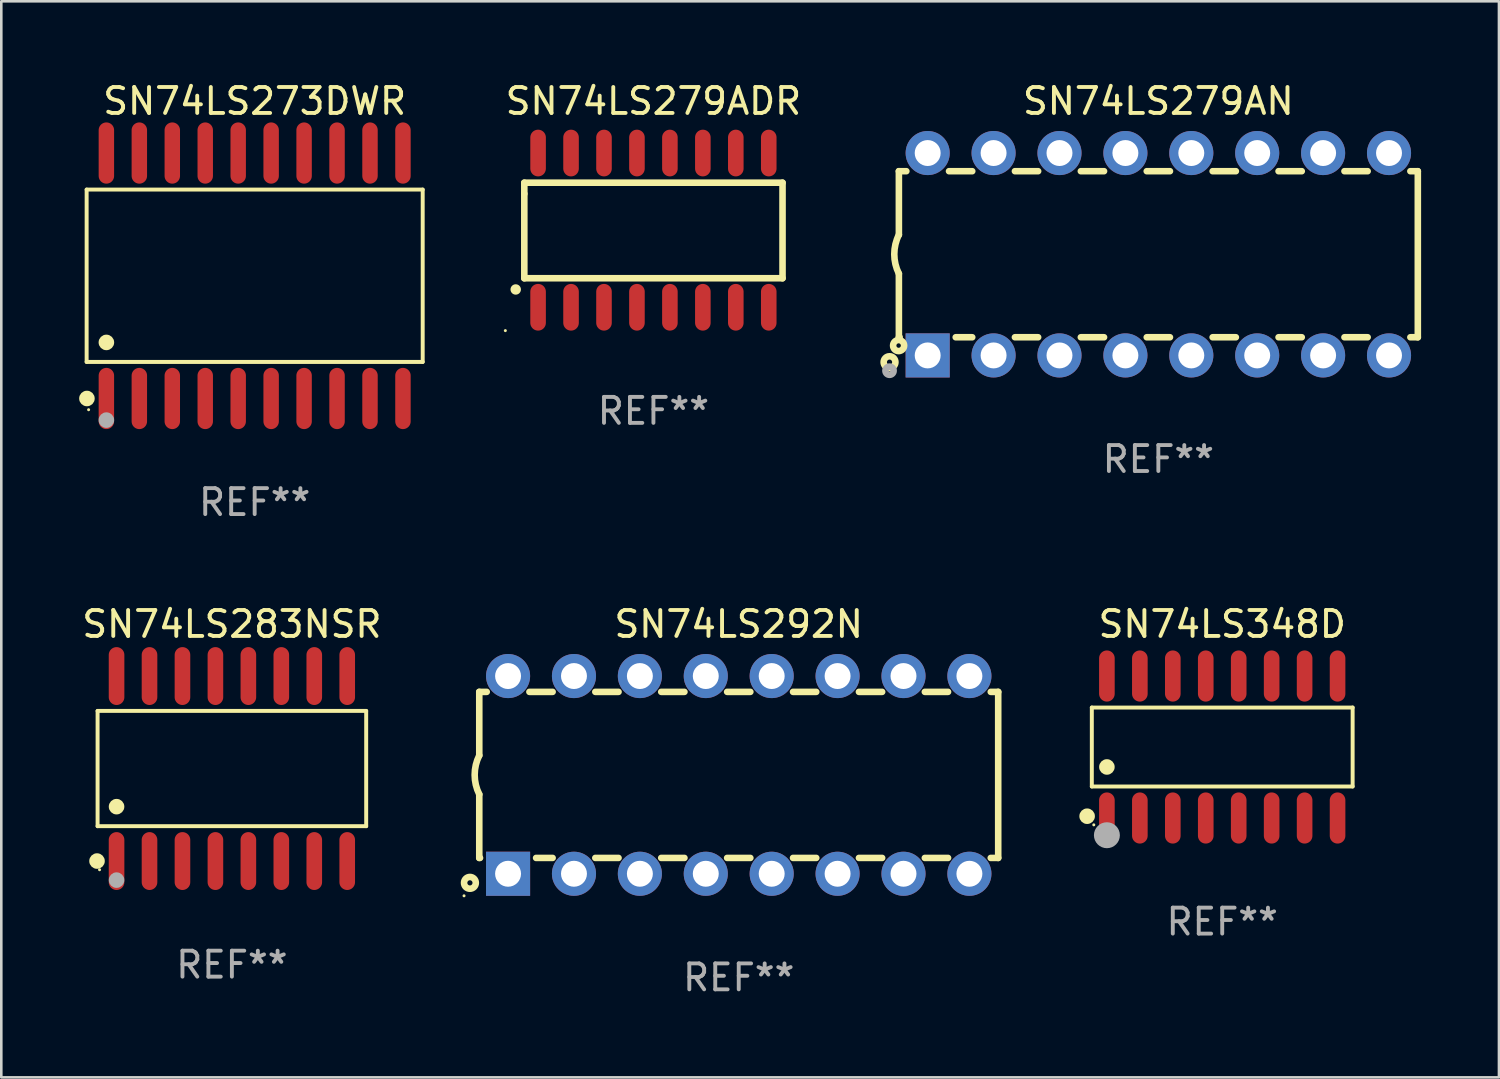
<source format=kicad_pcb>
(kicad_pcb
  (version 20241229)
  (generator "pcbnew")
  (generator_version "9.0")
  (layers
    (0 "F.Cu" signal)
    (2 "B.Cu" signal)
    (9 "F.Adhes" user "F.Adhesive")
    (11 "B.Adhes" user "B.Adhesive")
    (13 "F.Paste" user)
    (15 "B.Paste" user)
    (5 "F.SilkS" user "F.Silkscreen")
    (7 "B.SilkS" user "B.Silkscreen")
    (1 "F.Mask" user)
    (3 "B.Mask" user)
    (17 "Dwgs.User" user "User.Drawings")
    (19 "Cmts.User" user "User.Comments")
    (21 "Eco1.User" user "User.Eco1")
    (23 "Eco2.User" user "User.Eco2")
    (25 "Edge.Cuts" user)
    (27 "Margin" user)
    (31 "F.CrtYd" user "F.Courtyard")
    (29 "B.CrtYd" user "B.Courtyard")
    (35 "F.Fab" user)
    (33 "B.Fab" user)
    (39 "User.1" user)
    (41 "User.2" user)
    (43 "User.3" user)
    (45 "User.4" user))
  (footprint "SN74LS279ADR"
    (layer "F.Cu")
    (at 22.133 5.82)
    (property "Reference" "SN74LS279ADR" (at 0 -4.972 0) (layer "F.SilkS") (effects (font (size 1 1) (thickness 0.15))))
    (attr through_hole)
    (fp_line (start -4.976 -1.829) (end -4.976 -1.4) (stroke (width 0.254) (type solid)) (layer "F.SilkS"))
    (fp_line (start -4.976 -1.4) (end -4.976 1.854) (stroke (width 0.254) (type solid)) (layer "F.SilkS"))
    (fp_line (start -4.976 1.854) (end 4.976 1.854) (stroke (width 0.254) (type solid)) (layer "F.SilkS"))
    (fp_line (start 4.976 -1.829) (end -4.976 -1.829) (stroke (width 0.254) (type solid)) (layer "F.SilkS"))
    (fp_line (start 4.976 1.854) (end 4.976 -1.829) (stroke (width 0.254) (type solid)) (layer "F.SilkS"))
    (fp_arc (start -5.308611 2.286005) (mid -5.307341 2.286001) (end -5.306071 2.286005) (stroke (width 0.4) (type solid)) (layer "F.SilkS"))
    (fp_circle (center -5.707 3.872) (end -5.677 3.872) (stroke (width 0.06) (type solid)) (fill no) (layer "F.SilkS"))
    (fp_text user "REF**" (at 0 6.972 0) (layer "F.Fab") (effects (font (size 1 1) (thickness 0.15))))
    (pad "1" smd oval (at -4.445 2.972 180) (size 0.6 1.8) (layers "F.Cu" "F.Mask" "F.Paste"))
    (pad "2" smd oval (at -3.175 2.972 180) (size 0.6 1.8) (layers "F.Cu" "F.Mask" "F.Paste"))
    (pad "3" smd oval (at -1.905 2.972 180) (size 0.6 1.8) (layers "F.Cu" "F.Mask" "F.Paste"))
    (pad "4" smd oval (at -0.635 2.972 180) (size 0.6 1.8) (layers "F.Cu" "F.Mask" "F.Paste"))
    (pad "5" smd oval (at 0.635 2.972 180) (size 0.6 1.8) (layers "F.Cu" "F.Mask" "F.Paste"))
    (pad "6" smd oval (at 1.905 2.972 180) (size 0.6 1.8) (layers "F.Cu" "F.Mask" "F.Paste"))
    (pad "7" smd oval (at 3.175 2.972 180) (size 0.6 1.8) (layers "F.Cu" "F.Mask" "F.Paste"))
    (pad "8" smd oval (at 4.445 2.972 180) (size 0.6 1.8) (layers "F.Cu" "F.Mask" "F.Paste"))
    (pad "9" smd oval (at 4.445 -2.972 180) (size 0.6 1.8) (layers "F.Cu" "F.Mask" "F.Paste"))
    (pad "10" smd oval (at 3.175 -2.972 180) (size 0.6 1.8) (layers "F.Cu" "F.Mask" "F.Paste"))
    (pad "11" smd oval (at 1.905 -2.972 180) (size 0.6 1.8) (layers "F.Cu" "F.Mask" "F.Paste"))
    (pad "12" smd oval (at 0.635 -2.972 180) (size 0.6 1.8) (layers "F.Cu" "F.Mask" "F.Paste"))
    (pad "13" smd oval (at -0.635 -2.972 180) (size 0.6 1.8) (layers "F.Cu" "F.Mask" "F.Paste"))
    (pad "14" smd oval (at -1.905 -2.972 180) (size 0.6 1.8) (layers "F.Cu" "F.Mask" "F.Paste"))
    (pad "15" smd oval (at -3.175 -2.972 180) (size 0.6 1.8) (layers "F.Cu" "F.Mask" "F.Paste"))
    (pad "16" smd oval (at -4.445 -2.972 180) (size 0.6 1.8) (layers "F.Cu" "F.Mask" "F.Paste")))
  (footprint "SN74LS292N"
    (layer "F.Cu")
    (at 25.421 26.815)
    (property "Reference" "SN74LS292N" (at 0 -5.81 0) (layer "F.SilkS") (effects (font (size 1 1) (thickness 0.15))))
    (attr through_hole)
    (fp_line (start -10 -3.2) (end -10 -0.75) (stroke (width 0.254) (type solid)) (layer "F.SilkS"))
    (fp_line (start -10 -3.2) (end -9.713 -3.2) (stroke (width 0.254) (type solid)) (layer "F.SilkS"))
    (fp_line (start -10 3.2) (end -10 0.75) (stroke (width 0.254) (type solid)) (layer "F.SilkS"))
    (fp_line (start -10 3.2) (end -9.971 3.2) (stroke (width 0.254) (type solid)) (layer "F.SilkS"))
    (fp_line (start -8.067 -3.2) (end -7.173 -3.2) (stroke (width 0.254) (type solid)) (layer "F.SilkS"))
    (fp_line (start -7.809 3.2) (end -7.173 3.2) (stroke (width 0.254) (type solid)) (layer "F.SilkS"))
    (fp_line (start -5.527 3.2) (end -4.633 3.2) (stroke (width 0.254) (type solid)) (layer "F.SilkS"))
    (fp_line (start -5.527 -3.2) (end -4.633 -3.2) (stroke (width 0.254) (type solid)) (layer "F.SilkS"))
    (fp_line (start -2.987 3.2) (end -2.093 3.2) (stroke (width 0.254) (type solid)) (layer "F.SilkS"))
    (fp_line (start -2.987 -3.2) (end -2.093 -3.2) (stroke (width 0.254) (type solid)) (layer "F.SilkS"))
    (fp_line (start -0.447 3.2) (end 0.447 3.2) (stroke (width 0.254) (type solid)) (layer "F.SilkS"))
    (fp_line (start -0.447 -3.2) (end 0.447 -3.2) (stroke (width 0.254) (type solid)) (layer "F.SilkS"))
    (fp_line (start 2.093 3.2) (end 2.987 3.2) (stroke (width 0.254) (type solid)) (layer "F.SilkS"))
    (fp_line (start 2.093 -3.2) (end 2.987 -3.2) (stroke (width 0.254) (type solid)) (layer "F.SilkS"))
    (fp_line (start 4.633 3.2) (end 5.527 3.2) (stroke (width 0.254) (type solid)) (layer "F.SilkS"))
    (fp_line (start 4.633 -3.2) (end 5.527 -3.2) (stroke (width 0.254) (type solid)) (layer "F.SilkS"))
    (fp_line (start 7.173 3.2) (end 8.067 3.2) (stroke (width 0.254) (type solid)) (layer "F.SilkS"))
    (fp_line (start 7.173 -3.2) (end 8.067 -3.2) (stroke (width 0.254) (type solid)) (layer "F.SilkS"))
    (fp_line (start 9.713 3.2) (end 10 3.2) (stroke (width 0.254) (type solid)) (layer "F.SilkS"))
    (fp_line (start 9.713 -3.2) (end 10 -3.2) (stroke (width 0.254) (type solid)) (layer "F.SilkS"))
    (fp_line (start 10 -3.2) (end 10 3.2) (stroke (width 0.254) (type solid)) (layer "F.SilkS"))
    (fp_arc (start -10 0.748793) (mid -10.176918 -0.000607) (end -10.000025 -0.750013) (stroke (width 0.254001) (type solid)) (layer "F.SilkS"))
    (fp_circle (center -10.587 4.66) (end -10.557 4.66) (stroke (width 0.06) (type solid)) (fill no) (layer "F.SilkS"))
    (fp_circle (center -10.36 4.16) (end -10.26 4.16) (stroke (width 0.254) (type solid)) (fill no) (layer "F.SilkS"))
    (fp_text user "REF**" (at 0 7.81 0) (layer "F.Fab") (effects (font (size 1 1) (thickness 0.15))))
    (pad "1" thru_hole rect (at -8.89 3.81 90) (size 1.7 1.7) (drill 1) (layers "*.Cu" "*.Mask"))
    (pad "2" thru_hole circle (at -6.35 3.81) (size 1.7 1.7) (drill 1) (layers "*.Cu" "*.Mask"))
    (pad "3" thru_hole circle (at -3.81 3.81) (size 1.7 1.7) (drill 1) (layers "*.Cu" "*.Mask"))
    (pad "4" thru_hole circle (at -1.27 3.81) (size 1.7 1.7) (drill 1) (layers "*.Cu" "*.Mask"))
    (pad "5" thru_hole circle (at 1.27 3.81) (size 1.7 1.7) (drill 1) (layers "*.Cu" "*.Mask"))
    (pad "6" thru_hole circle (at 3.81 3.81) (size 1.7 1.7) (drill 1) (layers "*.Cu" "*.Mask"))
    (pad "7" thru_hole circle (at 6.35 3.81) (size 1.7 1.7) (drill 1) (layers "*.Cu" "*.Mask"))
    (pad "8" thru_hole circle (at 8.89 3.81) (size 1.7 1.7) (drill 1) (layers "*.Cu" "*.Mask"))
    (pad "9" thru_hole circle (at 8.89 -3.81) (size 1.7 1.7) (drill 1) (layers "*.Cu" "*.Mask"))
    (pad "10" thru_hole circle (at 6.35 -3.81) (size 1.7 1.7) (drill 1) (layers "*.Cu" "*.Mask"))
    (pad "11" thru_hole circle (at 3.81 -3.81) (size 1.7 1.7) (drill 1) (layers "*.Cu" "*.Mask"))
    (pad "12" thru_hole circle (at 1.27 -3.81) (size 1.7 1.7) (drill 1) (layers "*.Cu" "*.Mask"))
    (pad "13" thru_hole circle (at -1.27 -3.81) (size 1.7 1.7) (drill 1) (layers "*.Cu" "*.Mask"))
    (pad "14" thru_hole circle (at -3.81 -3.81) (size 1.7 1.7) (drill 1) (layers "*.Cu" "*.Mask"))
    (pad "15" thru_hole circle (at -6.35 -3.81) (size 1.7 1.7) (drill 1) (layers "*.Cu" "*.Mask"))
    (pad "16" thru_hole circle (at -8.89 -3.81) (size 1.7 1.7) (drill 1) (layers "*.Cu" "*.Mask")))
  (footprint "SN74LS283NSR"
    (layer "F.Cu")
    (at 5.887 26.57)
    (property "Reference" "SN74LS283NSR" (at 0 -5.565 0) (layer "F.SilkS") (effects (font (size 1 1) (thickness 0.15))))
    (attr through_hole)
    (fp_line (start -5.176 -2.221) (end 5.176 -2.221) (stroke (width 0.152) (type solid)) (layer "F.SilkS"))
    (fp_line (start -5.176 2.221) (end -5.176 -2.221) (stroke (width 0.152) (type solid)) (layer "F.SilkS"))
    (fp_line (start 5.176 -2.221) (end 5.176 2.221) (stroke (width 0.152) (type solid)) (layer "F.SilkS"))
    (fp_line (start 5.176 2.221) (end -5.176 2.221) (stroke (width 0.152) (type solid)) (layer "F.SilkS"))
    (fp_circle (center -5.198 3.565) (end -5.048 3.565) (stroke (width 0.3) (type solid)) (fill no) (layer "F.SilkS"))
    (fp_circle (center -5.1 3.9) (end -5.07 3.9) (stroke (width 0.06) (type solid)) (fill no) (layer "F.SilkS"))
    (fp_circle (center -4.445 1.469) (end -4.295 1.469) (stroke (width 0.3) (type solid)) (fill no) (layer "F.SilkS"))
    (fp_circle (center -4.445 4.3) (end -4.295 4.3) (stroke (width 0.3) (type solid)) (fill no) (layer "F.Fab"))
    (fp_text user "REF**" (at 0 7.565 0) (layer "F.Fab") (effects (font (size 1 1) (thickness 0.15))))
    (pad "1" smd oval (at -4.445 3.565) (size 0.602 2.231) (layers "F.Cu" "F.Mask" "F.Paste"))
    (pad "2" smd oval (at -3.175 3.565) (size 0.602 2.231) (layers "F.Cu" "F.Mask" "F.Paste"))
    (pad "3" smd oval (at -1.905 3.565) (size 0.602 2.231) (layers "F.Cu" "F.Mask" "F.Paste"))
    (pad "4" smd oval (at -0.635 3.565) (size 0.602 2.231) (layers "F.Cu" "F.Mask" "F.Paste"))
    (pad "5" smd oval (at 0.635 3.565) (size 0.602 2.231) (layers "F.Cu" "F.Mask" "F.Paste"))
    (pad "6" smd oval (at 1.905 3.565) (size 0.602 2.231) (layers "F.Cu" "F.Mask" "F.Paste"))
    (pad "7" smd oval (at 3.175 3.565) (size 0.602 2.231) (layers "F.Cu" "F.Mask" "F.Paste"))
    (pad "8" smd oval (at 4.445 3.565) (size 0.602 2.231) (layers "F.Cu" "F.Mask" "F.Paste"))
    (pad "9" smd oval (at 4.445 -3.565) (size 0.602 2.231) (layers "F.Cu" "F.Mask" "F.Paste"))
    (pad "10" smd oval (at 3.175 -3.565) (size 0.602 2.231) (layers "F.Cu" "F.Mask" "F.Paste"))
    (pad "11" smd oval (at 1.905 -3.565) (size 0.602 2.231) (layers "F.Cu" "F.Mask" "F.Paste"))
    (pad "12" smd oval (at 0.635 -3.565) (size 0.602 2.231) (layers "F.Cu" "F.Mask" "F.Paste"))
    (pad "13" smd oval (at -0.635 -3.565) (size 0.602 2.231) (layers "F.Cu" "F.Mask" "F.Paste"))
    (pad "14" smd oval (at -1.905 -3.565) (size 0.602 2.231) (layers "F.Cu" "F.Mask" "F.Paste"))
    (pad "15" smd oval (at -3.175 -3.565) (size 0.602 2.231) (layers "F.Cu" "F.Mask" "F.Paste"))
    (pad "16" smd oval (at -4.445 -3.565) (size 0.602 2.231) (layers "F.Cu" "F.Mask" "F.Paste")))
  (footprint "SN74LS273DWR"
    (layer "F.Cu")
    (at 6.765 7.578)
    (property "Reference" "SN74LS273DWR" (at 0 -6.73 0) (layer "F.SilkS") (effects (font (size 1 1) (thickness 0.15))))
    (attr through_hole)
    (fp_line (start -6.476 -3.321) (end 6.476 -3.321) (stroke (width 0.152) (type solid)) (layer "F.SilkS"))
    (fp_line (start -6.476 3.321) (end -6.476 -3.321) (stroke (width 0.152) (type solid)) (layer "F.SilkS"))
    (fp_line (start 6.476 -3.321) (end 6.476 3.321) (stroke (width 0.152) (type solid)) (layer "F.SilkS"))
    (fp_line (start 6.476 3.321) (end -6.476 3.321) (stroke (width 0.152) (type solid)) (layer "F.SilkS"))
    (fp_circle (center -6.465 4.73) (end -6.315 4.73) (stroke (width 0.3) (type solid)) (fill no) (layer "F.SilkS"))
    (fp_circle (center -6.4 5.163) (end -6.37 5.163) (stroke (width 0.06) (type solid)) (fill no) (layer "F.SilkS"))
    (fp_circle (center -5.715 2.569) (end -5.565 2.569) (stroke (width 0.3) (type solid)) (fill no) (layer "F.SilkS"))
    (fp_circle (center -5.715 5.563) (end -5.565 5.563) (stroke (width 0.3) (type solid)) (fill no) (layer "F.Fab"))
    (fp_text user "REF**" (at 0 8.73 0) (layer "F.Fab") (effects (font (size 1 1) (thickness 0.15))))
    (pad "1" smd oval (at -5.715 4.73) (size 0.595 2.36) (layers "F.Cu" "F.Mask" "F.Paste"))
    (pad "2" smd oval (at -4.445 4.73) (size 0.595 2.36) (layers "F.Cu" "F.Mask" "F.Paste"))
    (pad "3" smd oval (at -3.175 4.73) (size 0.595 2.36) (layers "F.Cu" "F.Mask" "F.Paste"))
    (pad "4" smd oval (at -1.905 4.73) (size 0.595 2.36) (layers "F.Cu" "F.Mask" "F.Paste"))
    (pad "5" smd oval (at -0.635 4.73) (size 0.595 2.36) (layers "F.Cu" "F.Mask" "F.Paste"))
    (pad "6" smd oval (at 0.635 4.73) (size 0.595 2.36) (layers "F.Cu" "F.Mask" "F.Paste"))
    (pad "7" smd oval (at 1.905 4.73) (size 0.595 2.36) (layers "F.Cu" "F.Mask" "F.Paste"))
    (pad "8" smd oval (at 3.175 4.73) (size 0.595 2.36) (layers "F.Cu" "F.Mask" "F.Paste"))
    (pad "9" smd oval (at 4.445 4.73) (size 0.595 2.36) (layers "F.Cu" "F.Mask" "F.Paste"))
    (pad "10" smd oval (at 5.715 4.73) (size 0.595 2.36) (layers "F.Cu" "F.Mask" "F.Paste"))
    (pad "11" smd oval (at 5.715 -4.73) (size 0.595 2.36) (layers "F.Cu" "F.Mask" "F.Paste"))
    (pad "12" smd oval (at 4.445 -4.73) (size 0.595 2.36) (layers "F.Cu" "F.Mask" "F.Paste"))
    (pad "13" smd oval (at 3.175 -4.73) (size 0.595 2.36) (layers "F.Cu" "F.Mask" "F.Paste"))
    (pad "14" smd oval (at 1.905 -4.73) (size 0.595 2.36) (layers "F.Cu" "F.Mask" "F.Paste"))
    (pad "15" smd oval (at 0.635 -4.73) (size 0.595 2.36) (layers "F.Cu" "F.Mask" "F.Paste"))
    (pad "16" smd oval (at -0.635 -4.73) (size 0.595 2.36) (layers "F.Cu" "F.Mask" "F.Paste"))
    (pad "17" smd oval (at -1.905 -4.73) (size 0.595 2.36) (layers "F.Cu" "F.Mask" "F.Paste"))
    (pad "18" smd oval (at -3.175 -4.73) (size 0.595 2.36) (layers "F.Cu" "F.Mask" "F.Paste"))
    (pad "19" smd oval (at -4.445 -4.73) (size 0.595 2.36) (layers "F.Cu" "F.Mask" "F.Paste"))
    (pad "20" smd oval (at -5.715 -4.73) (size 0.595 2.36) (layers "F.Cu" "F.Mask" "F.Paste")))
  (footprint "SN74LS279AN"
    (layer "F.Cu")
    (at 41.593 6.748)
    (property "Reference" "SN74LS279AN" (at 0 -5.9 0) (layer "F.SilkS") (effects (font (size 1 1) (thickness 0.15))))
    (attr through_hole)
    (fp_line (start -10 -3.2) (end -10 -0.75) (stroke (width 0.254) (type solid)) (layer "F.SilkS"))
    (fp_line (start -10 -3.2) (end -9.713 -3.2) (stroke (width 0.254) (type solid)) (layer "F.SilkS"))
    (fp_line (start -10 3.2) (end -10 0.75) (stroke (width 0.254) (type solid)) (layer "F.SilkS"))
    (fp_line (start -10 3.2) (end -9.971 3.2) (stroke (width 0.254) (type solid)) (layer "F.SilkS"))
    (fp_line (start -8.067 -3.2) (end -7.173 -3.2) (stroke (width 0.254) (type solid)) (layer "F.SilkS"))
    (fp_line (start -7.809 3.2) (end -7.173 3.2) (stroke (width 0.254) (type solid)) (layer "F.SilkS"))
    (fp_line (start -5.527 3.2) (end -4.633 3.2) (stroke (width 0.254) (type solid)) (layer "F.SilkS"))
    (fp_line (start -5.527 -3.2) (end -4.633 -3.2) (stroke (width 0.254) (type solid)) (layer "F.SilkS"))
    (fp_line (start -2.987 3.2) (end -2.093 3.2) (stroke (width 0.254) (type solid)) (layer "F.SilkS"))
    (fp_line (start -2.987 -3.2) (end -2.093 -3.2) (stroke (width 0.254) (type solid)) (layer "F.SilkS"))
    (fp_line (start -0.447 3.2) (end 0.447 3.2) (stroke (width 0.254) (type solid)) (layer "F.SilkS"))
    (fp_line (start -0.447 -3.2) (end 0.447 -3.2) (stroke (width 0.254) (type solid)) (layer "F.SilkS"))
    (fp_line (start 2.093 3.2) (end 2.987 3.2) (stroke (width 0.254) (type solid)) (layer "F.SilkS"))
    (fp_line (start 2.093 -3.2) (end 2.987 -3.2) (stroke (width 0.254) (type solid)) (layer "F.SilkS"))
    (fp_line (start 4.633 3.2) (end 5.527 3.2) (stroke (width 0.254) (type solid)) (layer "F.SilkS"))
    (fp_line (start 4.633 -3.2) (end 5.527 -3.2) (stroke (width 0.254) (type solid)) (layer "F.SilkS"))
    (fp_line (start 7.173 3.2) (end 8.067 3.2) (stroke (width 0.254) (type solid)) (layer "F.SilkS"))
    (fp_line (start 7.173 -3.2) (end 8.067 -3.2) (stroke (width 0.254) (type solid)) (layer "F.SilkS"))
    (fp_line (start 9.713 3.2) (end 10 3.2) (stroke (width 0.254) (type solid)) (layer "F.SilkS"))
    (fp_line (start 9.713 -3.2) (end 10 -3.2) (stroke (width 0.254) (type solid)) (layer "F.SilkS"))
    (fp_line (start 10 -3.2) (end 10 3.2) (stroke (width 0.254) (type solid)) (layer "F.SilkS"))
    (fp_arc (start -10 0.748793) (mid -10.176918 -0.000607) (end -10.000025 -0.750013) (stroke (width 0.254001) (type solid)) (layer "F.SilkS"))
    (fp_circle (center -10.36 4.16) (end -10.26 4.16) (stroke (width 0.254) (type solid)) (fill no) (layer "F.SilkS"))
    (fp_circle (center -10.01 3.52) (end -9.924 3.52) (stroke (width 0.254) (type solid)) (fill no) (layer "F.SilkS"))
    (fp_circle (center -10.36 4.49) (end -10.202 4.49) (stroke (width 0.254) (type solid)) (fill no) (layer "F.Fab"))
    (fp_text user "REF**" (at 0 7.9 0) (layer "F.Fab") (effects (font (size 1 1) (thickness 0.15))))
    (pad "1" thru_hole rect (at -8.89 3.9 90) (size 1.7 1.7) (drill 1) (layers "*.Cu" "*.Mask"))
    (pad "2" thru_hole circle (at -6.35 3.9) (size 1.7 1.7) (drill 1) (layers "*.Cu" "*.Mask"))
    (pad "3" thru_hole circle (at -3.81 3.9) (size 1.7 1.7) (drill 1) (layers "*.Cu" "*.Mask"))
    (pad "4" thru_hole circle (at -1.27 3.9) (size 1.7 1.7) (drill 1) (layers "*.Cu" "*.Mask"))
    (pad "5" thru_hole circle (at 1.27 3.9) (size 1.7 1.7) (drill 1) (layers "*.Cu" "*.Mask"))
    (pad "6" thru_hole circle (at 3.81 3.9) (size 1.7 1.7) (drill 1) (layers "*.Cu" "*.Mask"))
    (pad "7" thru_hole circle (at 6.35 3.9) (size 1.7 1.7) (drill 1) (layers "*.Cu" "*.Mask"))
    (pad "8" thru_hole circle (at 8.89 3.9) (size 1.7 1.7) (drill 1) (layers "*.Cu" "*.Mask"))
    (pad "9" thru_hole circle (at 8.89 -3.9) (size 1.7 1.7) (drill 1) (layers "*.Cu" "*.Mask"))
    (pad "10" thru_hole circle (at 6.35 -3.9) (size 1.7 1.7) (drill 1) (layers "*.Cu" "*.Mask"))
    (pad "11" thru_hole circle (at 3.81 -3.9) (size 1.7 1.7) (drill 1) (layers "*.Cu" "*.Mask"))
    (pad "12" thru_hole circle (at 1.27 -3.9) (size 1.7 1.7) (drill 1) (layers "*.Cu" "*.Mask"))
    (pad "13" thru_hole circle (at -1.27 -3.9) (size 1.7 1.7) (drill 1) (layers "*.Cu" "*.Mask"))
    (pad "14" thru_hole circle (at -3.81 -3.9) (size 1.7 1.7) (drill 1) (layers "*.Cu" "*.Mask"))
    (pad "15" thru_hole circle (at -6.35 -3.9) (size 1.7 1.7) (drill 1) (layers "*.Cu" "*.Mask"))
    (pad "16" thru_hole circle (at -8.89 -3.9) (size 1.7 1.7) (drill 1) (layers "*.Cu" "*.Mask")))
  (footprint "SN74LS348D"
    (layer "F.Cu")
    (at 44.055 25.74)
    (property "Reference" "SN74LS348D" (at 0 -4.736 0) (layer "F.SilkS") (effects (font (size 1 1) (thickness 0.15))))
    (attr through_hole)
    (fp_line (start -5.026 -1.521) (end 5.026 -1.521) (stroke (width 0.152) (type solid)) (layer "F.SilkS"))
    (fp_line (start -5.026 1.521) (end -5.026 -1.521) (stroke (width 0.152) (type solid)) (layer "F.SilkS"))
    (fp_line (start 5.026 -1.521) (end 5.026 1.521) (stroke (width 0.152) (type solid)) (layer "F.SilkS"))
    (fp_line (start 5.026 1.521) (end -5.026 1.521) (stroke (width 0.152) (type solid)) (layer "F.SilkS"))
    (fp_circle (center -5.207 2.667) (end -5.057 2.667) (stroke (width 0.3) (type solid)) (fill no) (layer "F.SilkS"))
    (fp_circle (center -4.95 3) (end -4.92 3) (stroke (width 0.06) (type solid)) (fill no) (layer "F.SilkS"))
    (fp_circle (center -4.445 0.769) (end -4.295 0.769) (stroke (width 0.3) (type solid)) (fill no) (layer "F.SilkS"))
    (fp_circle (center -4.445 3.4) (end -4.195 3.4) (stroke (width 0.5) (type solid)) (fill no) (layer "F.Fab"))
    (fp_text user "REF**" (at 0 6.736 0) (layer "F.Fab") (effects (font (size 1 1) (thickness 0.15))))
    (pad "1" smd oval (at -4.445 2.736) (size 0.602 1.971) (layers "F.Cu" "F.Mask" "F.Paste"))
    (pad "2" smd oval (at -3.175 2.736) (size 0.602 1.971) (layers "F.Cu" "F.Mask" "F.Paste"))
    (pad "3" smd oval (at -1.905 2.736) (size 0.602 1.971) (layers "F.Cu" "F.Mask" "F.Paste"))
    (pad "4" smd oval (at -0.635 2.736) (size 0.602 1.971) (layers "F.Cu" "F.Mask" "F.Paste"))
    (pad "5" smd oval (at 0.635 2.736) (size 0.602 1.971) (layers "F.Cu" "F.Mask" "F.Paste"))
    (pad "6" smd oval (at 1.905 2.736) (size 0.602 1.971) (layers "F.Cu" "F.Mask" "F.Paste"))
    (pad "7" smd oval (at 3.175 2.736) (size 0.602 1.971) (layers "F.Cu" "F.Mask" "F.Paste"))
    (pad "8" smd oval (at 4.445 2.736) (size 0.602 1.971) (layers "F.Cu" "F.Mask" "F.Paste"))
    (pad "9" smd oval (at 4.445 -2.736) (size 0.602 1.971) (layers "F.Cu" "F.Mask" "F.Paste"))
    (pad "10" smd oval (at 3.175 -2.736) (size 0.602 1.971) (layers "F.Cu" "F.Mask" "F.Paste"))
    (pad "11" smd oval (at 1.905 -2.736) (size 0.602 1.971) (layers "F.Cu" "F.Mask" "F.Paste"))
    (pad "12" smd oval (at 0.635 -2.736) (size 0.602 1.971) (layers "F.Cu" "F.Mask" "F.Paste"))
    (pad "13" smd oval (at -0.635 -2.736) (size 0.602 1.971) (layers "F.Cu" "F.Mask" "F.Paste"))
    (pad "14" smd oval (at -1.905 -2.736) (size 0.602 1.971) (layers "F.Cu" "F.Mask" "F.Paste"))
    (pad "15" smd oval (at -3.175 -2.736) (size 0.602 1.971) (layers "F.Cu" "F.Mask" "F.Paste"))
    (pad "16" smd oval (at -4.445 -2.736) (size 0.602 1.971) (layers "F.Cu" "F.Mask" "F.Paste")))
  (gr_rect
    (start -3 -3)
    (end 54.72 38.473)
    (stroke (width 0.1) (type default))
    (fill no)
    (layer "Edge.Cuts")))
</source>
